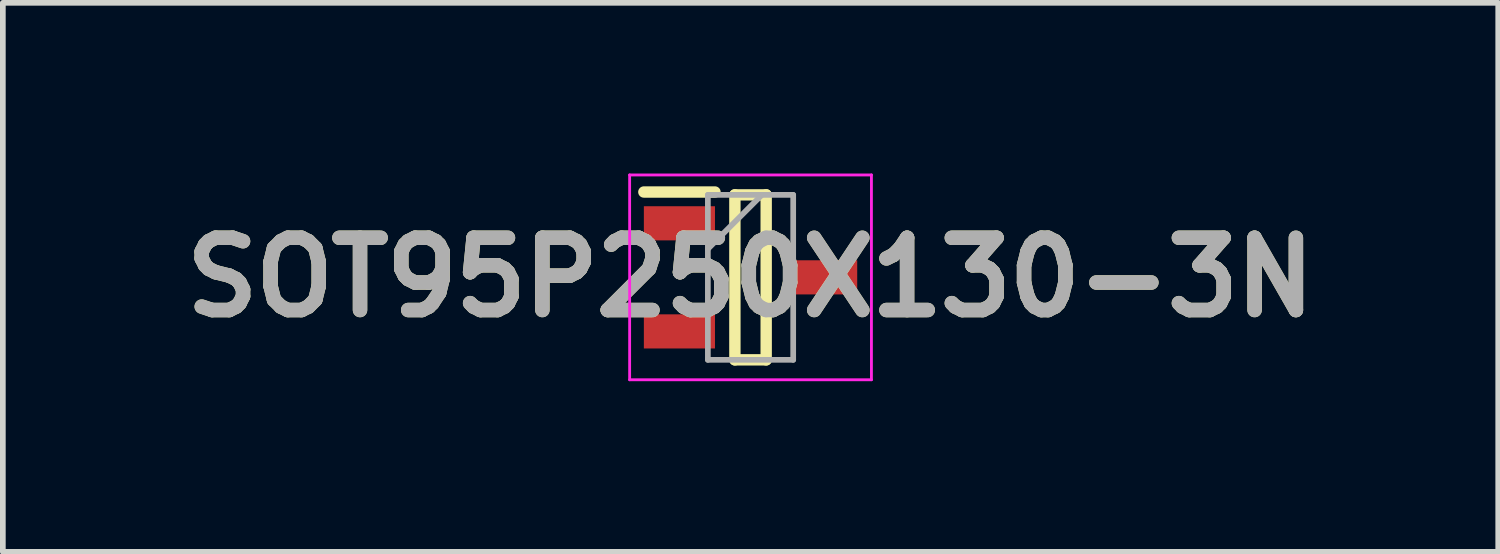
<source format=kicad_pcb>
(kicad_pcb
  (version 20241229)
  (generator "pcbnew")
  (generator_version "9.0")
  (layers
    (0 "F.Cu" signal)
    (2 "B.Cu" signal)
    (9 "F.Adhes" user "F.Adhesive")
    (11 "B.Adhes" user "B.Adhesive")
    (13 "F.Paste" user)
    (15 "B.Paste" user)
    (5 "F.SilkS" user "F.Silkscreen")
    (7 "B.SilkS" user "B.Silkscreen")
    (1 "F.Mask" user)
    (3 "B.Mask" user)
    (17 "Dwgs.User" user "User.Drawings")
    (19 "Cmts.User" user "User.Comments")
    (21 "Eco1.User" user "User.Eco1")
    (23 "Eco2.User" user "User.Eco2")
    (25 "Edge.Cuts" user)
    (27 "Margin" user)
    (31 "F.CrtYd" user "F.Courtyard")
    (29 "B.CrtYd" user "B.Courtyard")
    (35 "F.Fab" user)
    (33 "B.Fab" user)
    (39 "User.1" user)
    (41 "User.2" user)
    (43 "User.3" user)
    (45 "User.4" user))
  (footprint "SOT95P250X130-3N"
    (layer "F.Cu")
    (at 10.142 1.825)
    (property "Reference" "SOT95P250X130-3N" (at 0 0 0) (layer "F.SilkS") (effects (font (size 1.27 1.27) (thickness 0.254))))
    (attr smd)
    (fp_line (start -1.875 -1.5) (end -0.625 -1.5) (stroke (width 0.2) (type solid)) (layer "F.SilkS"))
    (fp_line (start -0.275 -1.45) (end 0.275 -1.45) (stroke (width 0.2) (type solid)) (layer "F.SilkS"))
    (fp_line (start -0.275 1.45) (end -0.275 -1.45) (stroke (width 0.2) (type solid)) (layer "F.SilkS"))
    (fp_line (start 0.275 -1.45) (end 0.275 1.45) (stroke (width 0.2) (type solid)) (layer "F.SilkS"))
    (fp_line (start 0.275 1.45) (end -0.275 1.45) (stroke (width 0.2) (type solid)) (layer "F.SilkS"))
    (fp_line (start -2.125 -1.8) (end 2.125 -1.8) (stroke (width 0.05) (type solid)) (layer "F.CrtYd"))
    (fp_line (start -2.125 1.8) (end -2.125 -1.8) (stroke (width 0.05) (type solid)) (layer "F.CrtYd"))
    (fp_line (start 2.125 -1.8) (end 2.125 1.8) (stroke (width 0.05) (type solid)) (layer "F.CrtYd"))
    (fp_line (start 2.125 1.8) (end -2.125 1.8) (stroke (width 0.05) (type solid)) (layer "F.CrtYd"))
    (fp_line (start -0.75 -1.45) (end 0.75 -1.45) (stroke (width 0.1) (type solid)) (layer "F.Fab"))
    (fp_line (start -0.75 -0.5) (end 0.2 -1.45) (stroke (width 0.1) (type solid)) (layer "F.Fab"))
    (fp_line (start -0.75 1.45) (end -0.75 -1.45) (stroke (width 0.1) (type solid)) (layer "F.Fab"))
    (fp_line (start 0.75 -1.45) (end 0.75 1.45) (stroke (width 0.1) (type solid)) (layer "F.Fab"))
    (fp_line (start 0.75 1.45) (end -0.75 1.45) (stroke (width 0.1) (type solid)) (layer "F.Fab"))
    (fp_text user "${REFERENCE}" (at 0 0 0) (layer "F.Fab") (effects (font (size 1.27 1.27) (thickness 0.254))))
    (pad "1" smd rect (at -1.25 -0.95 90) (size 0.6 1.25) (layers "F.Cu" "F.Mask" "F.Paste"))
    (pad "2" smd rect (at -1.25 0.95 90) (size 0.6 1.25) (layers "F.Cu" "F.Mask" "F.Paste"))
    (pad "3" smd rect (at 1.25 0 90) (size 0.6 1.25) (layers "F.Cu" "F.Mask" "F.Paste")))
  (gr_rect
    (start -3 -3)
    (end 23.284 6.65)
    (stroke (width 0.1) (type default))
    (fill no)
    (layer "Edge.Cuts")))
</source>
